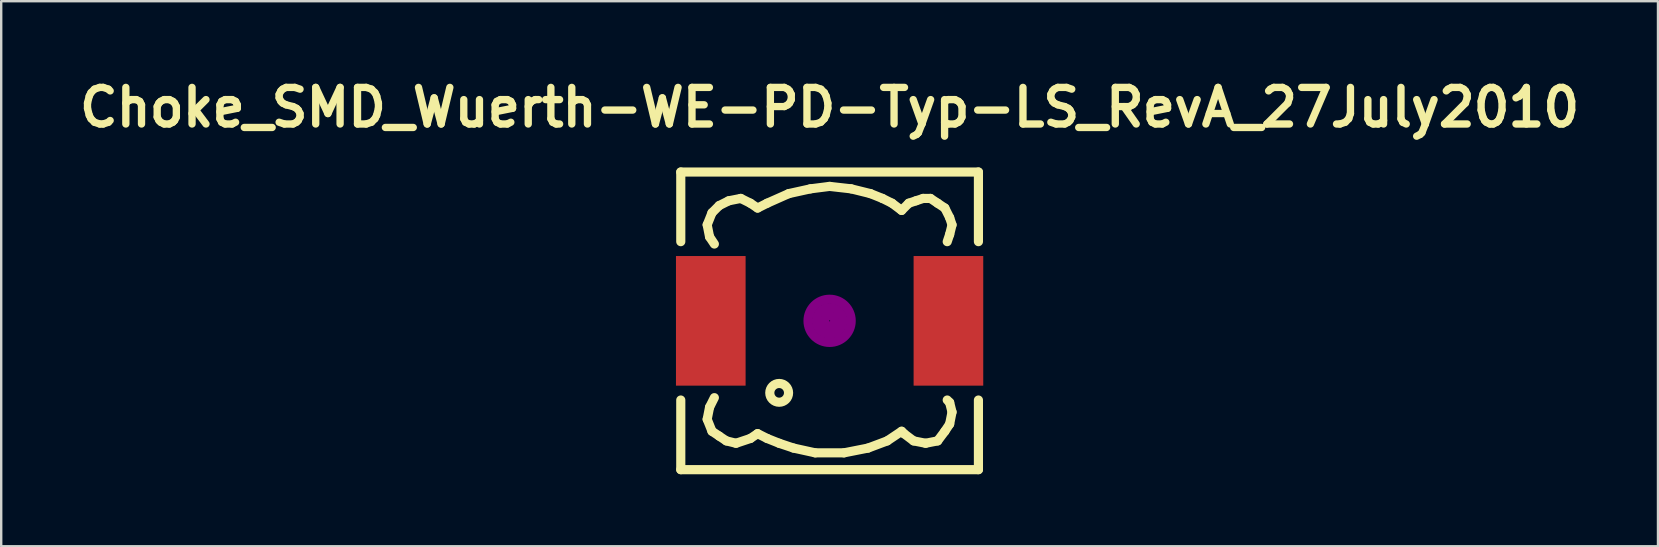
<source format=kicad_pcb>
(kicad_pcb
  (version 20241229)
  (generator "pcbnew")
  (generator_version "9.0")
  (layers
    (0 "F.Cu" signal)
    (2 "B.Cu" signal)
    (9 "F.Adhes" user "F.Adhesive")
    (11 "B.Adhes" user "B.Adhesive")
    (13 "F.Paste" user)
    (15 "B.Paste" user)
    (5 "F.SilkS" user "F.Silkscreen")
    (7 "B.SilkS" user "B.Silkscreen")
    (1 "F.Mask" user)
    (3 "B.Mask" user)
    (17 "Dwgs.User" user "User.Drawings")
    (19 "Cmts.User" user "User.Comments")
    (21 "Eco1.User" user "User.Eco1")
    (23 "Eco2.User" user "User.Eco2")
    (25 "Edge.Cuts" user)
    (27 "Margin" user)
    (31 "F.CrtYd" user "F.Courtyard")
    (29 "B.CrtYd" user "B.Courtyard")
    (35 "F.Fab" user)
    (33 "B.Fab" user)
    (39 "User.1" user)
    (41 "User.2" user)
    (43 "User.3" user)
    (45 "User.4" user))
  (footprint "Choke_SMD_Wuerth-WE-PD-Typ-LS_RevA_27July2010"
    (layer "F.Cu")
    (at 31.511 10.316)
    (property "Reference" "Choke_SMD_Wuerth-WE-PD-Typ-LS_RevA_27July2010" (at 0 -8.89 0) (layer "F.SilkS") (effects (font (size 1.524 1.524) (thickness 0.305))))
    (attr smd)
    (fp_line (start -6.2 -6.2) (end -6.2 -3.299) (stroke (width 0.381) (type solid)) (layer "F.SilkS"))
    (fp_line (start -6.2 3.299) (end -6.2 6.2) (stroke (width 0.381) (type solid)) (layer "F.SilkS"))
    (fp_line (start -6.2 6.2) (end 6.2 6.2) (stroke (width 0.381) (type solid)) (layer "F.SilkS"))
    (fp_line (start -5.1 -4) (end -5.001 -3.5) (stroke (width 0.381) (type solid)) (layer "F.SilkS"))
    (fp_line (start -5.1 4.1) (end -5.001 3.599) (stroke (width 0.381) (type solid)) (layer "F.SilkS"))
    (fp_line (start -5.001 -3.5) (end -4.801 -3.2) (stroke (width 0.381) (type solid)) (layer "F.SilkS"))
    (fp_line (start -5.001 3.599) (end -4.801 3.2) (stroke (width 0.381) (type solid)) (layer "F.SilkS"))
    (fp_line (start -4.9 -4.501) (end -5.1 -4) (stroke (width 0.381) (type solid)) (layer "F.SilkS"))
    (fp_line (start -4.9 4.6) (end -5.1 4.1) (stroke (width 0.381) (type solid)) (layer "F.SilkS"))
    (fp_line (start -4.6 -4.801) (end -4.9 -4.501) (stroke (width 0.381) (type solid)) (layer "F.SilkS"))
    (fp_line (start -4.6 4.801) (end -4.9 4.6) (stroke (width 0.381) (type solid)) (layer "F.SilkS"))
    (fp_line (start -4.3 5.001) (end -4.6 4.801) (stroke (width 0.381) (type solid)) (layer "F.SilkS"))
    (fp_line (start -4.201 -5.001) (end -4.6 -4.801) (stroke (width 0.381) (type solid)) (layer "F.SilkS"))
    (fp_line (start -3.899 5.1) (end -4.3 5.001) (stroke (width 0.381) (type solid)) (layer "F.SilkS"))
    (fp_line (start -3.701 -5.1) (end -4.201 -5.001) (stroke (width 0.381) (type solid)) (layer "F.SilkS"))
    (fp_line (start -3.299 -4.9) (end -3.701 -5.1) (stroke (width 0.381) (type solid)) (layer "F.SilkS"))
    (fp_line (start -3.299 4.9) (end -3.899 5.1) (stroke (width 0.381) (type solid)) (layer "F.SilkS"))
    (fp_line (start -3 -4.699) (end -3.299 -4.9) (stroke (width 0.381) (type solid)) (layer "F.SilkS"))
    (fp_line (start -3 4.699) (end -3.299 4.9) (stroke (width 0.381) (type solid)) (layer "F.SilkS"))
    (fp_line (start -2.601 -4.9) (end -3 -4.699) (stroke (width 0.381) (type solid)) (layer "F.SilkS"))
    (fp_line (start -2.601 4.9) (end -3 4.699) (stroke (width 0.381) (type solid)) (layer "F.SilkS"))
    (fp_line (start -2.101 5.1) (end -2.601 4.9) (stroke (width 0.381) (type solid)) (layer "F.SilkS"))
    (fp_line (start -1.699 -5.301) (end -2.601 -4.9) (stroke (width 0.381) (type solid)) (layer "F.SilkS"))
    (fp_line (start -1.501 5.301) (end -2.101 5.1) (stroke (width 0.381) (type solid)) (layer "F.SilkS"))
    (fp_line (start -0.8 -5.499) (end -1.699 -5.301) (stroke (width 0.381) (type solid)) (layer "F.SilkS"))
    (fp_line (start -0.599 5.499) (end -1.501 5.301) (stroke (width 0.381) (type solid)) (layer "F.SilkS"))
    (fp_line (start 0 -5.601) (end -0.8 -5.499) (stroke (width 0.381) (type solid)) (layer "F.SilkS"))
    (fp_line (start 0.599 5.499) (end -0.599 5.499) (stroke (width 0.381) (type solid)) (layer "F.SilkS"))
    (fp_line (start 0.899 -5.499) (end 0 -5.601) (stroke (width 0.381) (type solid)) (layer "F.SilkS"))
    (fp_line (start 1.6 5.301) (end 0.599 5.499) (stroke (width 0.381) (type solid)) (layer "F.SilkS"))
    (fp_line (start 1.699 -5.301) (end 0.899 -5.499) (stroke (width 0.381) (type solid)) (layer "F.SilkS"))
    (fp_line (start 2.2 -5.1) (end 1.699 -5.301) (stroke (width 0.381) (type solid)) (layer "F.SilkS"))
    (fp_line (start 2.4 5.001) (end 1.6 5.301) (stroke (width 0.381) (type solid)) (layer "F.SilkS"))
    (fp_line (start 2.601 -4.9) (end 2.2 -5.1) (stroke (width 0.381) (type solid)) (layer "F.SilkS"))
    (fp_line (start 3 -4.6) (end 2.601 -4.9) (stroke (width 0.381) (type solid)) (layer "F.SilkS"))
    (fp_line (start 3 4.6) (end 2.4 5.001) (stroke (width 0.381) (type solid)) (layer "F.SilkS"))
    (fp_line (start 3.099 4.699) (end 3 4.6) (stroke (width 0.381) (type solid)) (layer "F.SilkS"))
    (fp_line (start 3.299 -4.9) (end 3 -4.6) (stroke (width 0.381) (type solid)) (layer "F.SilkS"))
    (fp_line (start 3.5 5.001) (end 3.099 4.699) (stroke (width 0.381) (type solid)) (layer "F.SilkS"))
    (fp_line (start 3.599 -5.001) (end 3.299 -4.9) (stroke (width 0.381) (type solid)) (layer "F.SilkS"))
    (fp_line (start 3.899 -5.1) (end 3.599 -5.001) (stroke (width 0.381) (type solid)) (layer "F.SilkS"))
    (fp_line (start 4 5.1) (end 3.5 5.001) (stroke (width 0.381) (type solid)) (layer "F.SilkS"))
    (fp_line (start 4.201 -5.1) (end 3.899 -5.1) (stroke (width 0.381) (type solid)) (layer "F.SilkS"))
    (fp_line (start 4.501 -4.9) (end 4.201 -5.1) (stroke (width 0.381) (type solid)) (layer "F.SilkS"))
    (fp_line (start 4.501 5.001) (end 4 5.1) (stroke (width 0.381) (type solid)) (layer "F.SilkS"))
    (fp_line (start 4.801 -4.699) (end 4.501 -4.9) (stroke (width 0.381) (type solid)) (layer "F.SilkS"))
    (fp_line (start 4.801 4.6) (end 4.501 5.001) (stroke (width 0.381) (type solid)) (layer "F.SilkS"))
    (fp_line (start 4.9 -3.299) (end 5.001 -3.599) (stroke (width 0.381) (type solid)) (layer "F.SilkS"))
    (fp_line (start 4.9 3.299) (end 5.001 3.401) (stroke (width 0.381) (type solid)) (layer "F.SilkS"))
    (fp_line (start 5.001 -4.3) (end 4.801 -4.699) (stroke (width 0.381) (type solid)) (layer "F.SilkS"))
    (fp_line (start 5.001 -3.599) (end 5.1 -4) (stroke (width 0.381) (type solid)) (layer "F.SilkS"))
    (fp_line (start 5.001 3.401) (end 5.1 3.8) (stroke (width 0.381) (type solid)) (layer "F.SilkS"))
    (fp_line (start 5.001 4.3) (end 4.801 4.6) (stroke (width 0.381) (type solid)) (layer "F.SilkS"))
    (fp_line (start 5.1 -4) (end 5.001 -4.3) (stroke (width 0.381) (type solid)) (layer "F.SilkS"))
    (fp_line (start 5.1 3.8) (end 5.001 4.3) (stroke (width 0.381) (type solid)) (layer "F.SilkS"))
    (fp_line (start 6.2 -6.2) (end -6.2 -6.2) (stroke (width 0.381) (type solid)) (layer "F.SilkS"))
    (fp_line (start 6.2 -6.2) (end 6.2 -3.299) (stroke (width 0.381) (type solid)) (layer "F.SilkS"))
    (fp_line (start 6.2 6.2) (end 6.2 3.299) (stroke (width 0.381) (type solid)) (layer "F.SilkS"))
    (fp_circle (center -2.101 3) (end -1.801 3.251) (stroke (width 0.381) (type solid)) (fill no) (layer "F.SilkS"))
    (fp_circle (center 0 0) (end 0.15 0.15) (stroke (width 0.381) (type solid)) (fill no) (layer "F.Adhes"))
    (fp_circle (center 0 0) (end 0.551 0) (stroke (width 0.381) (type solid)) (fill no) (layer "F.Adhes"))
    (fp_circle (center 0 0) (end 0.899 0) (stroke (width 0.381) (type solid)) (fill no) (layer "F.Adhes"))
    (pad "1" smd rect (at -4.95 0) (size 2.901 5.4) (layers "F.Cu" "F.Mask" "F.Paste"))
    (pad "2" smd rect (at 4.95 0) (size 2.901 5.4) (layers "F.Cu" "F.Mask" "F.Paste")))
  (gr_rect
    (start -3 -3)
    (end 66.021 19.707)
    (stroke (width 0.1) (type default))
    (fill no)
    (layer "Edge.Cuts")))
</source>
